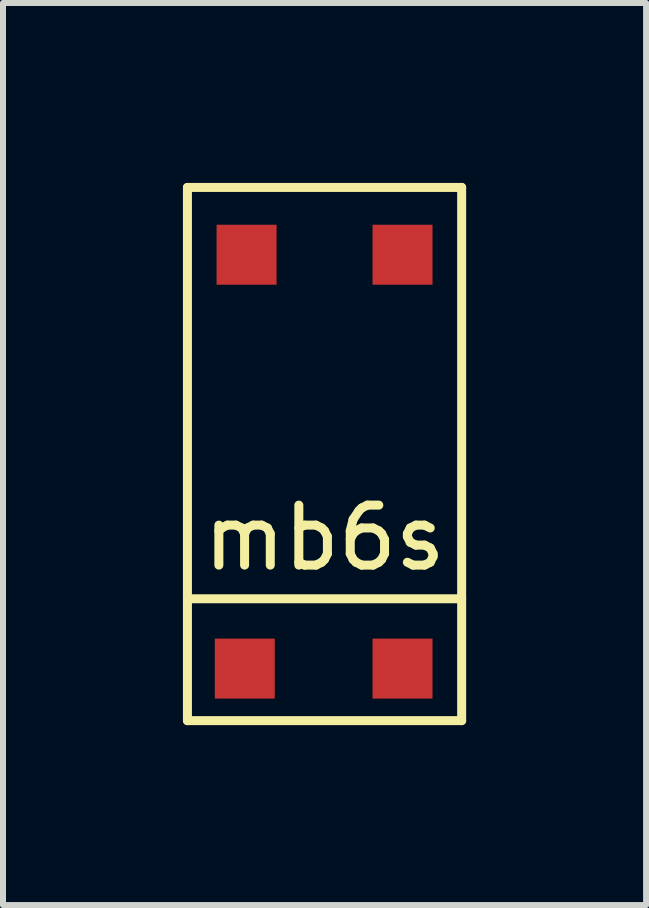
<source format=kicad_pcb>
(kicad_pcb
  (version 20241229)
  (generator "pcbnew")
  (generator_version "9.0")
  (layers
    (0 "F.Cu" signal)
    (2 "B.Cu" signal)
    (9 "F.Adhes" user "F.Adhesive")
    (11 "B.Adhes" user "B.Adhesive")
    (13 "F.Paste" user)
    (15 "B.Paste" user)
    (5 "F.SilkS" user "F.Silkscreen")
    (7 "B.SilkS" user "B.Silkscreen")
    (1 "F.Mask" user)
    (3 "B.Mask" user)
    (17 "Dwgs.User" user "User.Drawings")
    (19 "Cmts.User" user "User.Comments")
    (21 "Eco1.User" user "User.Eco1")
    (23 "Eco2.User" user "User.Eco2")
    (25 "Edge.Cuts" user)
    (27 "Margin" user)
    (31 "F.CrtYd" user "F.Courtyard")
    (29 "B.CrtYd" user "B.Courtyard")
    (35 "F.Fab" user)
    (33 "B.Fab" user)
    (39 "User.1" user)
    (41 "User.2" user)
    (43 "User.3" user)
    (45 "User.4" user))
  (footprint "mb6s"
    (layer "F.Cu")
    (at 2.361 4.647)
    (property "Reference" "mb6s" (at 0 1.27 0) (layer "F.SilkS") (effects (font (size 1 1) (thickness 0.15))))
    (attr through_hole)
    (fp_line (start -2.286 -4.572) (end -2.286 4.318) (stroke (width 0.15) (type solid)) (layer "F.SilkS"))
    (fp_line (start -2.286 2.286) (end 2.286 2.286) (stroke (width 0.15) (type solid)) (layer "F.SilkS"))
    (fp_line (start -2.286 4.318) (end 2.286 4.318) (stroke (width 0.15) (type solid)) (layer "F.SilkS"))
    (fp_line (start 2.286 -4.572) (end -2.286 -4.572) (stroke (width 0.15) (type solid)) (layer "F.SilkS"))
    (fp_line (start 2.286 4.318) (end 2.286 -4.572) (stroke (width 0.15) (type solid)) (layer "F.SilkS"))
    (pad "1" smd rect (at -1.33 3.45) (size 1 1) (layers "F.Cu" "F.Mask" "F.Paste"))
    (pad "2" smd rect (at 1.3 3.45) (size 1 1) (layers "F.Cu" "F.Mask" "F.Paste"))
    (pad "3" smd rect (at -1.3 -3.45) (size 1 1) (layers "F.Cu" "F.Mask" "F.Paste"))
    (pad "4" smd rect (at 1.3 -3.45) (size 1 1) (layers "F.Cu" "F.Mask" "F.Paste")))
  (gr_rect
    (start -3 -3)
    (end 7.722 12.04)
    (stroke (width 0.1) (type default))
    (fill no)
    (layer "Edge.Cuts")))
</source>
